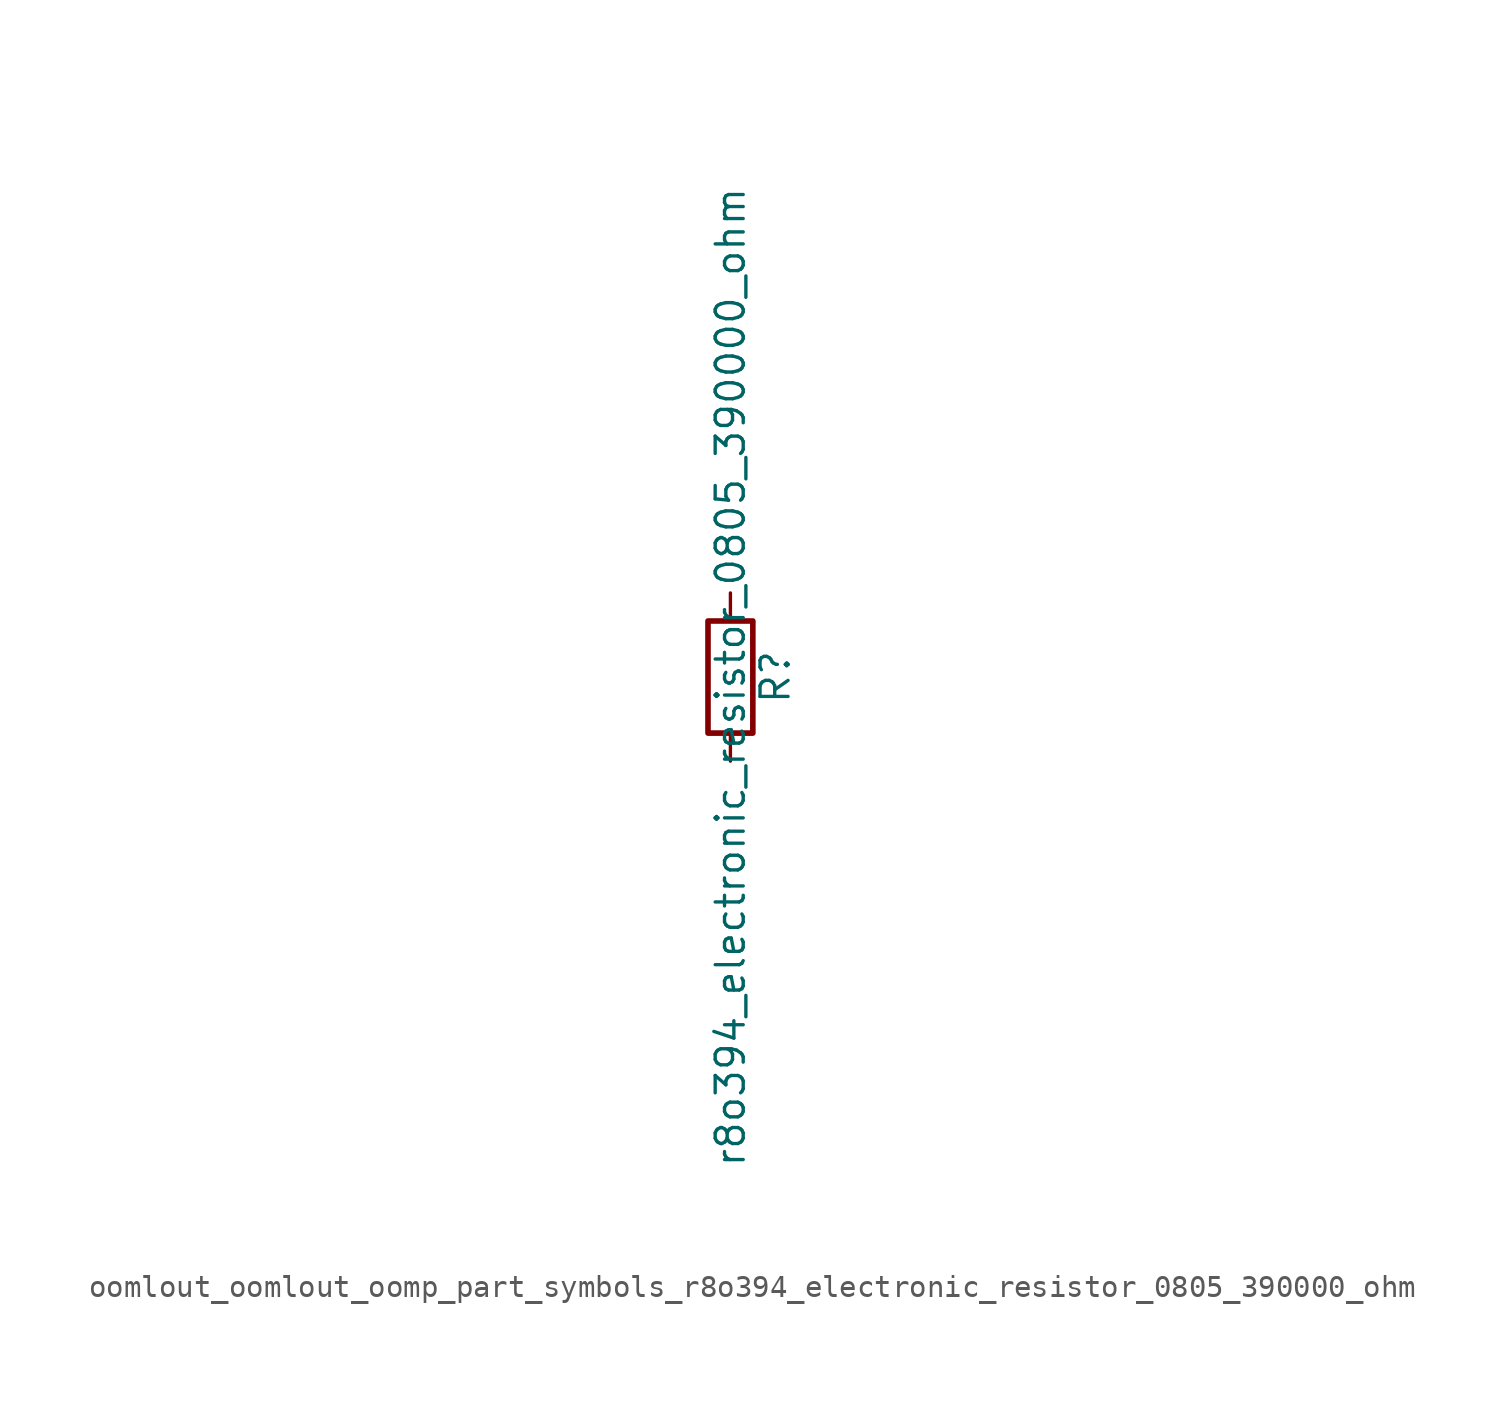
<source format=kicad_sym>
(kicad_symbol_lib
  (version 20220914)
  (generator kicad_symbol_editor)
  (symbol "oomlout_oomlout_oomp_part_symbols_r8o394_electronic_resistor_0805_390000_ohm"
    (pin_numbers hide)
    (pin_names
      (offset 0))
    (property "Reference" "R"
      (at 2.032 0 90)
      (effects (font (size 1.27 1.27))))
    (property "Value" "r8o394_electronic_resistor_0805_390000_ohm"
      (at 0 0 90)
      (effects (font (size 1.27 1.27))))
    (symbol "oomlout_oomlout_oomp_part_symbols_r8o394_electronic_resistor_0805_390000_ohm_0_1"
      (rectangle (start -1.016 -2.54) (end 1.016 2.54) (stroke (width 0.254) (type default)) (fill (type none))))
    (symbol "oomlout_oomlout_oomp_part_symbols_r8o394_electronic_resistor_0805_390000_ohm_1_1"
      (pin passive line (at 0 3.81 270) (length 1.27) (name "~" (effects (font (size 1.27 1.27)))) (number "1" (effects (font (size 1.27 1.27)))))
      (pin passive line (at 0 -3.81 90) (length 1.27) (name "~" (effects (font (size 1.27 1.27)))) (number "2" (effects (font (size 1.27 1.27))))))))
</source>
